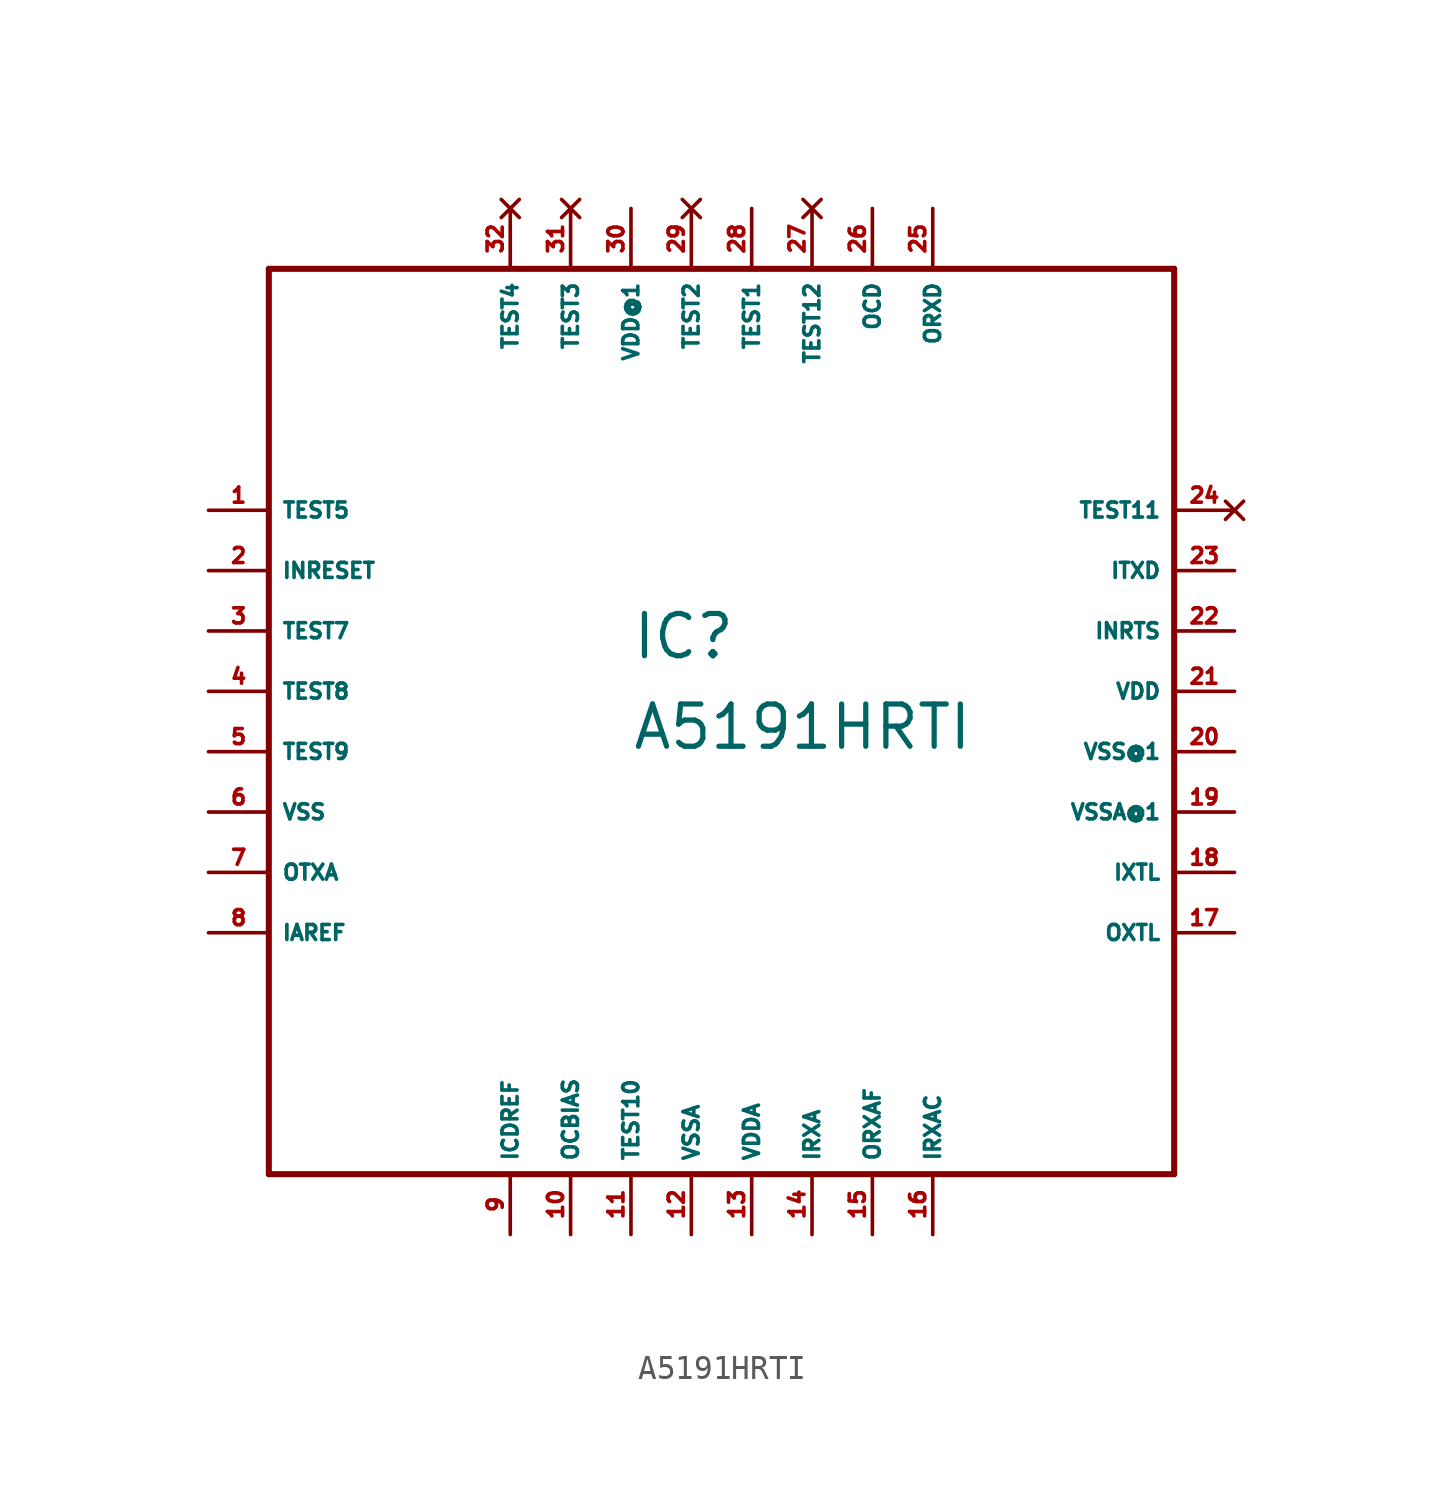
<source format=kicad_sym>
(kicad_symbol_lib
  (version 20220914)
  (generator Eagle2Kicad)
  (symbol "A5191HRTI"
    (property "Reference" "IC"
      (at -5.08 1.27 0)
      (effects (font (size 1.778 1.778) (thickness 0.22)) (justify left bottom)))
    (property "Value" "A5191HRTI"
      (at -5.08 -2.54 0)
      (effects (font (size 1.778 1.778) (thickness 0.22)) (justify left bottom)))
    (polyline
      (pts (xy -20.32 -20.32) (xy 17.78 -20.32))
      (stroke (width 0.254) (type default))
      (fill (type none)))
    (polyline
      (pts (xy 17.78 -20.32) (xy 17.78 17.78))
      (stroke (width 0.254) (type default))
      (fill (type none)))
    (polyline
      (pts (xy 17.78 17.78) (xy -20.32 17.78))
      (stroke (width 0.254) (type default))
      (fill (type none)))
    (polyline
      (pts (xy -20.32 17.78) (xy -20.32 -20.32))
      (stroke (width 0.254) (type default))
      (fill (type none)))
    (pin input line
      (at -22.86 7.62 0)
      (length 2.54)
      (name "TEST5" (effects (font (size 0.635 0.635) (thickness 0.08)) (justify left bottom)))
      (number "1" (effects (font (size 0.635 0.635) (thickness 0.08)) (justify left bottom))))
    (pin input line
      (at -22.86 5.08 0)
      (length 2.54)
      (name "INRESET" (effects (font (size 0.635 0.635) (thickness 0.08)) (justify left bottom)))
      (number "2" (effects (font (size 0.635 0.635) (thickness 0.08)) (justify left bottom))))
    (pin input line
      (at -22.86 2.54 0)
      (length 2.54)
      (name "TEST7" (effects (font (size 0.635 0.635) (thickness 0.08)) (justify left bottom)))
      (number "3" (effects (font (size 0.635 0.635) (thickness 0.08)) (justify left bottom))))
    (pin input line
      (at -22.86 0 0)
      (length 2.54)
      (name "TEST8" (effects (font (size 0.635 0.635) (thickness 0.08)) (justify left bottom)))
      (number "4" (effects (font (size 0.635 0.635) (thickness 0.08)) (justify left bottom))))
    (pin input line
      (at -22.86 -2.54 0)
      (length 2.54)
      (name "TEST9" (effects (font (size 0.635 0.635) (thickness 0.08)) (justify left bottom)))
      (number "5" (effects (font (size 0.635 0.635) (thickness 0.08)) (justify left bottom))))
    (pin unspecified line
      (at -22.86 -5.08 0)
      (length 2.54)
      (name "VSS" (effects (font (size 0.635 0.635) (thickness 0.08)) (justify left bottom)))
      (number "6" (effects (font (size 0.635 0.635) (thickness 0.08)) (justify left bottom))))
    (pin output line
      (at -22.86 -7.62 0)
      (length 2.54)
      (name "OTXA" (effects (font (size 0.635 0.635) (thickness 0.08)) (justify left bottom)))
      (number "7" (effects (font (size 0.635 0.635) (thickness 0.08)) (justify left bottom))))
    (pin input line
      (at -22.86 -10.16 0)
      (length 2.54)
      (name "IAREF" (effects (font (size 0.635 0.635) (thickness 0.08)) (justify left bottom)))
      (number "8" (effects (font (size 0.635 0.635) (thickness 0.08)) (justify left bottom))))
    (pin input line
      (at -10.16 -22.86 90)
      (length 2.54)
      (name "ICDREF" (effects (font (size 0.635 0.635) (thickness 0.08)) (justify left bottom)))
      (number "9" (effects (font (size 0.635 0.635) (thickness 0.08)) (justify left bottom))))
    (pin output line
      (at -7.62 -22.86 90)
      (length 2.54)
      (name "OCBIAS" (effects (font (size 0.635 0.635) (thickness 0.08)) (justify left bottom)))
      (number "10" (effects (font (size 0.635 0.635) (thickness 0.08)) (justify left bottom))))
    (pin input line
      (at -5.08 -22.86 90)
      (length 2.54)
      (name "TEST10" (effects (font (size 0.635 0.635) (thickness 0.08)) (justify left bottom)))
      (number "11" (effects (font (size 0.635 0.635) (thickness 0.08)) (justify left bottom))))
    (pin unspecified line
      (at -2.54 -22.86 90)
      (length 2.54)
      (name "VSSA" (effects (font (size 0.635 0.635) (thickness 0.08)) (justify left bottom)))
      (number "12" (effects (font (size 0.635 0.635) (thickness 0.08)) (justify left bottom))))
    (pin unspecified line
      (at 0 -22.86 90)
      (length 2.54)
      (name "VDDA" (effects (font (size 0.635 0.635) (thickness 0.08)) (justify left bottom)))
      (number "13" (effects (font (size 0.635 0.635) (thickness 0.08)) (justify left bottom))))
    (pin input line
      (at 2.54 -22.86 90)
      (length 2.54)
      (name "IRXA" (effects (font (size 0.635 0.635) (thickness 0.08)) (justify left bottom)))
      (number "14" (effects (font (size 0.635 0.635) (thickness 0.08)) (justify left bottom))))
    (pin output line
      (at 5.08 -22.86 90)
      (length 2.54)
      (name "ORXAF" (effects (font (size 0.635 0.635) (thickness 0.08)) (justify left bottom)))
      (number "15" (effects (font (size 0.635 0.635) (thickness 0.08)) (justify left bottom))))
    (pin input line
      (at 7.62 -22.86 90)
      (length 2.54)
      (name "IRXAC" (effects (font (size 0.635 0.635) (thickness 0.08)) (justify left bottom)))
      (number "16" (effects (font (size 0.635 0.635) (thickness 0.08)) (justify left bottom))))
    (pin output line
      (at 20.32 -10.16 180)
      (length 2.54)
      (name "OXTL" (effects (font (size 0.635 0.635) (thickness 0.08)) (justify left bottom)))
      (number "17" (effects (font (size 0.635 0.635) (thickness 0.08)) (justify left bottom))))
    (pin input line
      (at 20.32 -7.62 180)
      (length 2.54)
      (name "IXTL" (effects (font (size 0.635 0.635) (thickness 0.08)) (justify left bottom)))
      (number "18" (effects (font (size 0.635 0.635) (thickness 0.08)) (justify left bottom))))
    (pin unspecified line
      (at 20.32 -5.08 180)
      (length 2.54)
      (name "VSSA@1" (effects (font (size 0.635 0.635) (thickness 0.08)) (justify left bottom)))
      (number "19" (effects (font (size 0.635 0.635) (thickness 0.08)) (justify left bottom))))
    (pin unspecified line
      (at 20.32 -2.54 180)
      (length 2.54)
      (name "VSS@1" (effects (font (size 0.635 0.635) (thickness 0.08)) (justify left bottom)))
      (number "20" (effects (font (size 0.635 0.635) (thickness 0.08)) (justify left bottom))))
    (pin unspecified line
      (at 20.32 0 180)
      (length 2.54)
      (name "VDD" (effects (font (size 0.635 0.635) (thickness 0.08)) (justify left bottom)))
      (number "21" (effects (font (size 0.635 0.635) (thickness 0.08)) (justify left bottom))))
    (pin input line
      (at 20.32 2.54 180)
      (length 2.54)
      (name "INRTS" (effects (font (size 0.635 0.635) (thickness 0.08)) (justify left bottom)))
      (number "22" (effects (font (size 0.635 0.635) (thickness 0.08)) (justify left bottom))))
    (pin input line
      (at 20.32 5.08 180)
      (length 2.54)
      (name "ITXD" (effects (font (size 0.635 0.635) (thickness 0.08)) (justify left bottom)))
      (number "23" (effects (font (size 0.635 0.635) (thickness 0.08)) (justify left bottom))))
    (pin no_connect line
      (at 20.32 7.62 180)
      (length 2.54)
      (name "TEST11" (effects (font (size 0.635 0.635) (thickness 0.08)) (justify left bottom) hide))
      (number "24" (effects (font (size 0.635 0.635) (thickness 0.08)) (justify left bottom) hide)))
    (pin output line
      (at 7.62 20.32 270)
      (length 2.54)
      (name "ORXD" (effects (font (size 0.635 0.635) (thickness 0.08)) (justify left bottom)))
      (number "25" (effects (font (size 0.635 0.635) (thickness 0.08)) (justify left bottom))))
    (pin output line
      (at 5.08 20.32 270)
      (length 2.54)
      (name "OCD" (effects (font (size 0.635 0.635) (thickness 0.08)) (justify left bottom)))
      (number "26" (effects (font (size 0.635 0.635) (thickness 0.08)) (justify left bottom))))
    (pin no_connect line
      (at 2.54 20.32 270)
      (length 2.54)
      (name "TEST12" (effects (font (size 0.635 0.635) (thickness 0.08)) (justify left bottom) hide))
      (number "27" (effects (font (size 0.635 0.635) (thickness 0.08)) (justify left bottom) hide)))
    (pin input line
      (at 0 20.32 270)
      (length 2.54)
      (name "TEST1" (effects (font (size 0.635 0.635) (thickness 0.08)) (justify left bottom)))
      (number "28" (effects (font (size 0.635 0.635) (thickness 0.08)) (justify left bottom))))
    (pin no_connect line
      (at -2.54 20.32 270)
      (length 2.54)
      (name "TEST2" (effects (font (size 0.635 0.635) (thickness 0.08)) (justify left bottom) hide))
      (number "29" (effects (font (size 0.635 0.635) (thickness 0.08)) (justify left bottom) hide)))
    (pin unspecified line
      (at -5.08 20.32 270)
      (length 2.54)
      (name "VDD@1" (effects (font (size 0.635 0.635) (thickness 0.08)) (justify left bottom)))
      (number "30" (effects (font (size 0.635 0.635) (thickness 0.08)) (justify left bottom))))
    (pin no_connect line
      (at -7.62 20.32 270)
      (length 2.54)
      (name "TEST3" (effects (font (size 0.635 0.635) (thickness 0.08)) (justify left bottom) hide))
      (number "31" (effects (font (size 0.635 0.635) (thickness 0.08)) (justify left bottom) hide)))
    (pin no_connect line
      (at -10.16 20.32 270)
      (length 2.54)
      (name "TEST4" (effects (font (size 0.635 0.635) (thickness 0.08)) (justify left bottom) hide))
      (number "32" (effects (font (size 0.635 0.635) (thickness 0.08)) (justify left bottom) hide)))))
</source>
